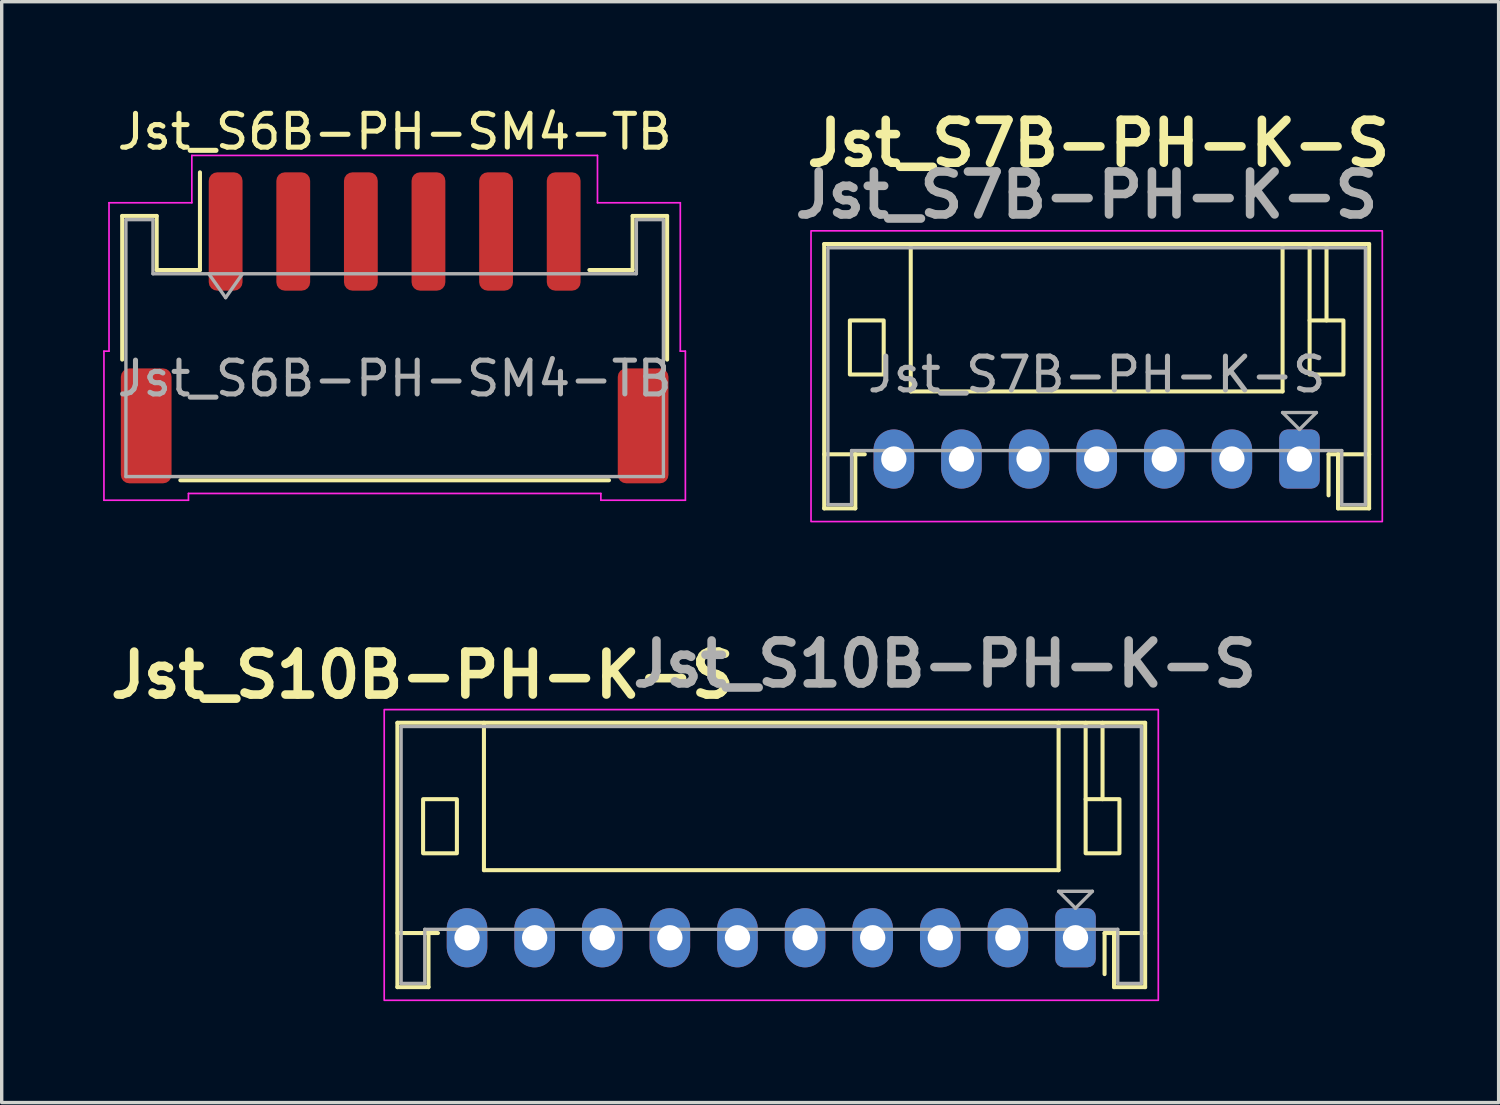
<source format=kicad_pcb>
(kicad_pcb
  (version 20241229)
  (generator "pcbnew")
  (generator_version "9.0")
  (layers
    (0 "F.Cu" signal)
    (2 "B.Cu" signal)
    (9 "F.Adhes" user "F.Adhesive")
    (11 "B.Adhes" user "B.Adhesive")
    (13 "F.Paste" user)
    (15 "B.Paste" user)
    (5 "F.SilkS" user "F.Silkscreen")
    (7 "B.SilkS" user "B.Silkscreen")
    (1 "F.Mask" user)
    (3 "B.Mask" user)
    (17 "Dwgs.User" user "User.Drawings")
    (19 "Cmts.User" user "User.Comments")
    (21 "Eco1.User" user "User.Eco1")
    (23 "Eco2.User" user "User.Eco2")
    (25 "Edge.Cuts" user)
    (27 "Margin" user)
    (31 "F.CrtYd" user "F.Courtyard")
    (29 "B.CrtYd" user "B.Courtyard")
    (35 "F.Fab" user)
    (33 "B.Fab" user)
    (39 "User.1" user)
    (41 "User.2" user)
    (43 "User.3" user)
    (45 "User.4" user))
  (footprint "Jst_S6B-PH-SM4-TB"
    (layer "F.Cu")
    (at 8.625 6.648)
    (property "Reference" "Jst_S6B-PH-SM4-TB" (at 0 -5.8 0) (layer "F.SilkS") (effects (font (size 1 1) (thickness 0.15))))
    (attr smd)
    (fp_line (start -8.06 -3.31) (end -7.04 -3.31) (stroke (width 0.12) (type solid)) (layer "F.SilkS"))
    (fp_line (start -8.06 0.94) (end -8.06 -3.31) (stroke (width 0.12) (type solid)) (layer "F.SilkS"))
    (fp_line (start -7.04 -3.31) (end -7.04 -1.71) (stroke (width 0.12) (type solid)) (layer "F.SilkS"))
    (fp_line (start -7.04 -1.71) (end -5.76 -1.71) (stroke (width 0.12) (type solid)) (layer "F.SilkS"))
    (fp_line (start -6.34 4.51) (end 6.34 4.51) (stroke (width 0.12) (type solid)) (layer "F.SilkS"))
    (fp_line (start -5.76 -1.71) (end -5.76 -4.6) (stroke (width 0.12) (type solid)) (layer "F.SilkS"))
    (fp_line (start 7.04 -3.31) (end 7.04 -1.71) (stroke (width 0.12) (type solid)) (layer "F.SilkS"))
    (fp_line (start 7.04 -1.71) (end 5.76 -1.71) (stroke (width 0.12) (type solid)) (layer "F.SilkS"))
    (fp_line (start 8.06 -3.31) (end 7.04 -3.31) (stroke (width 0.12) (type solid)) (layer "F.SilkS"))
    (fp_line (start 8.06 0.94) (end 8.06 -3.31) (stroke (width 0.12) (type solid)) (layer "F.SilkS"))
    (fp_line (start -8.6 0.69) (end -8.45 0.69) (stroke (width 0.05) (type solid)) (layer "F.CrtYd"))
    (fp_line (start -8.6 5.1) (end -8.6 0.69) (stroke (width 0.05) (type solid)) (layer "F.CrtYd"))
    (fp_line (start -8.45 -3.7) (end -6 -3.7) (stroke (width 0.05) (type solid)) (layer "F.CrtYd"))
    (fp_line (start -8.45 0.69) (end -8.45 -3.7) (stroke (width 0.05) (type solid)) (layer "F.CrtYd"))
    (fp_line (start -6.1 4.9) (end -6.1 5.1) (stroke (width 0.05) (type solid)) (layer "F.CrtYd"))
    (fp_line (start -6.1 5.1) (end -8.6 5.1) (stroke (width 0.05) (type solid)) (layer "F.CrtYd"))
    (fp_line (start -6 -5.1) (end 6 -5.1) (stroke (width 0.05) (type solid)) (layer "F.CrtYd"))
    (fp_line (start -6 -3.7) (end -6 -5.1) (stroke (width 0.05) (type solid)) (layer "F.CrtYd"))
    (fp_line (start 6 -5.1) (end 6 -3.7) (stroke (width 0.05) (type solid)) (layer "F.CrtYd"))
    (fp_line (start 6 -3.7) (end 8.45 -3.7) (stroke (width 0.05) (type solid)) (layer "F.CrtYd"))
    (fp_line (start 6.1 4.9) (end -6.1 4.9) (stroke (width 0.05) (type solid)) (layer "F.CrtYd"))
    (fp_line (start 6.1 5.1) (end 6.1 4.9) (stroke (width 0.05) (type solid)) (layer "F.CrtYd"))
    (fp_line (start 8.45 -3.7) (end 8.45 0.69) (stroke (width 0.05) (type solid)) (layer "F.CrtYd"))
    (fp_line (start 8.45 0.69) (end 8.6 0.69) (stroke (width 0.05) (type solid)) (layer "F.CrtYd"))
    (fp_line (start 8.6 0.69) (end 8.6 5.1) (stroke (width 0.05) (type solid)) (layer "F.CrtYd"))
    (fp_line (start 8.6 5.1) (end 6.1 5.1) (stroke (width 0.05) (type solid)) (layer "F.CrtYd"))
    (fp_line (start -7.95 -3.2) (end -7.95 4.4) (stroke (width 0.1) (type solid)) (layer "F.Fab"))
    (fp_line (start -7.95 -3.2) (end -7.15 -3.2) (stroke (width 0.1) (type solid)) (layer "F.Fab"))
    (fp_line (start -7.95 4.4) (end 7.95 4.4) (stroke (width 0.1) (type solid)) (layer "F.Fab"))
    (fp_line (start -7.15 -3.2) (end -7.15 -1.6) (stroke (width 0.1) (type solid)) (layer "F.Fab"))
    (fp_line (start -7.15 -1.6) (end 7.15 -1.6) (stroke (width 0.1) (type solid)) (layer "F.Fab"))
    (fp_line (start -5.5 -1.6) (end -5 -0.893) (stroke (width 0.1) (type solid)) (layer "F.Fab"))
    (fp_line (start -5 -0.893) (end -4.5 -1.6) (stroke (width 0.1) (type solid)) (layer "F.Fab"))
    (fp_line (start 7.15 -3.2) (end 7.95 -3.2) (stroke (width 0.1) (type solid)) (layer "F.Fab"))
    (fp_line (start 7.15 -1.6) (end 7.15 -3.2) (stroke (width 0.1) (type solid)) (layer "F.Fab"))
    (fp_line (start 7.95 -3.2) (end 7.95 4.4) (stroke (width 0.1) (type solid)) (layer "F.Fab"))
    (fp_text user "${REFERENCE}" (at 0 1.5 0) (layer "F.Fab") (effects (font (size 1 1) (thickness 0.15))))
    (pad "1" smd roundrect (at -5 -2.85) (size 1 3.5) (layers "F.Cu" "F.Mask" "F.Paste") (roundrect_rratio 0.25))
    (pad "2" smd roundrect (at -3 -2.85) (size 1 3.5) (layers "F.Cu" "F.Mask" "F.Paste") (roundrect_rratio 0.25))
    (pad "3" smd roundrect (at -1 -2.85) (size 1 3.5) (layers "F.Cu" "F.Mask" "F.Paste") (roundrect_rratio 0.25))
    (pad "4" smd roundrect (at 1 -2.85) (size 1 3.5) (layers "F.Cu" "F.Mask" "F.Paste") (roundrect_rratio 0.25))
    (pad "5" smd roundrect (at 3 -2.85) (size 1 3.5) (layers "F.Cu" "F.Mask" "F.Paste") (roundrect_rratio 0.25))
    (pad "6" smd roundrect (at 5 -2.85) (size 1 3.5) (layers "F.Cu" "F.Mask" "F.Paste") (roundrect_rratio 0.25))
    (pad "MP" smd roundrect (at -7.35 2.9) (size 1.5 3.4) (layers "F.Cu" "F.Mask" "F.Paste") (roundrect_rratio 0.167))
    (pad "MP" smd roundrect (at 7.35 2.9) (size 1.5 3.4) (layers "F.Cu" "F.Mask" "F.Paste") (roundrect_rratio 0.167)))
  (footprint "Jst_S7B-PH-K-S"
    (layer "F.Cu")
    (at 35.392 10.529)
    (property "Reference" "Jst_S7B-PH-K-S" (at -5.95 -9.34 0) (layer "F.SilkS") (effects (font (size 1.27 1.27) (thickness 0.254))))
    (attr through_hole)
    (fp_line (start -14.06 -6.36) (end -14.06 1.46) (stroke (width 0.12) (type solid)) (layer "F.SilkS"))
    (fp_line (start -14.06 -0.14) (end -13.14 -0.14) (stroke (width 0.12) (type solid)) (layer "F.SilkS"))
    (fp_line (start -14.06 1.46) (end -13.14 1.46) (stroke (width 0.12) (type solid)) (layer "F.SilkS"))
    (fp_line (start -13.14 -0.14) (end -12.86 -0.14) (stroke (width 0.12) (type solid)) (layer "F.SilkS"))
    (fp_line (start -13.14 1.46) (end -13.14 -0.14) (stroke (width 0.12) (type solid)) (layer "F.SilkS"))
    (fp_line (start -11.5 -2) (end -11.5 -6.36) (stroke (width 0.12) (type solid)) (layer "F.SilkS"))
    (fp_line (start -0.5 -6.36) (end -0.5 -2) (stroke (width 0.12) (type solid)) (layer "F.SilkS"))
    (fp_line (start -0.5 -2) (end -11.5 -2) (stroke (width 0.12) (type solid)) (layer "F.SilkS"))
    (fp_line (start 0.3 -4.1) (end 0.3 -6.36) (stroke (width 0.12) (type solid)) (layer "F.SilkS"))
    (fp_line (start 0.8 -4.1) (end 0.8 -6.36) (stroke (width 0.12) (type solid)) (layer "F.SilkS"))
    (fp_line (start 0.86 -0.14) (end 0.86 1.075) (stroke (width 0.12) (type solid)) (layer "F.SilkS"))
    (fp_line (start 0.86 -0.14) (end 1.14 -0.14) (stroke (width 0.12) (type solid)) (layer "F.SilkS"))
    (fp_line (start 1.14 -0.14) (end 1.14 1.46) (stroke (width 0.12) (type solid)) (layer "F.SilkS"))
    (fp_line (start 1.14 1.46) (end 2.06 1.46) (stroke (width 0.12) (type solid)) (layer "F.SilkS"))
    (fp_line (start 2.06 -6.36) (end -14.06 -6.36) (stroke (width 0.12) (type solid)) (layer "F.SilkS"))
    (fp_line (start 2.06 -0.14) (end 1.14 -0.14) (stroke (width 0.12) (type solid)) (layer "F.SilkS"))
    (fp_line (start 2.06 1.46) (end 2.06 -6.36) (stroke (width 0.12) (type solid)) (layer "F.SilkS"))
    (fp_rect (start -13.3 -4.1) (end -12.3 -2.5) (stroke (width 0.12) (type solid)) (fill no) (layer "F.SilkS"))
    (fp_rect (start 0.3 -4.1) (end 1.3 -2.5) (stroke (width 0.12) (type solid)) (fill no) (layer "F.SilkS"))
    (fp_rect (start -14.45 -6.75) (end 2.45 1.85) (stroke (width 0.05) (type solid)) (fill no) (layer "F.CrtYd"))
    (fp_line (start -13.95 -6.25) (end -13.95 1.35) (stroke (width 0.1) (type solid)) (layer "F.Fab"))
    (fp_line (start -13.95 1.35) (end -13.25 1.35) (stroke (width 0.1) (type solid)) (layer "F.Fab"))
    (fp_line (start -13.25 -0.25) (end 1.25 -0.25) (stroke (width 0.1) (type solid)) (layer "F.Fab"))
    (fp_line (start -13.25 1.35) (end -13.25 -0.25) (stroke (width 0.1) (type solid)) (layer "F.Fab"))
    (fp_line (start -0.5 -1.375) (end 0 -0.875) (stroke (width 0.1) (type solid)) (layer "F.Fab"))
    (fp_line (start 0 -0.875) (end 0.5 -1.375) (stroke (width 0.1) (type solid)) (layer "F.Fab"))
    (fp_line (start 0.5 -1.375) (end -0.5 -1.375) (stroke (width 0.1) (type solid)) (layer "F.Fab"))
    (fp_line (start 1.25 -0.25) (end 1.25 1.35) (stroke (width 0.1) (type solid)) (layer "F.Fab"))
    (fp_line (start 1.25 1.35) (end 1.95 1.35) (stroke (width 0.1) (type solid)) (layer "F.Fab"))
    (fp_line (start 1.95 -6.25) (end -13.95 -6.25) (stroke (width 0.1) (type solid)) (layer "F.Fab"))
    (fp_line (start 1.95 1.35) (end 1.95 -6.25) (stroke (width 0.1) (type solid)) (layer "F.Fab"))
    (fp_text user "${REFERENCE}" (at -6 -2.5 180) (layer "F.Fab") (effects (font (size 1 1) (thickness 0.15))))
    (fp_text user "${REFERENCE}" (at -6.3 -7.81 0) (layer "F.Fab") (effects (font (size 1.27 1.27) (thickness 0.254))))
    (pad "1" thru_hole roundrect (at 0 0 180) (size 1.2 1.75) (drill 0.75) (layers "*.Cu" "*.Mask") (roundrect_rratio 0.208))
    (pad "2" thru_hole oval (at -2 0 180) (size 1.2 1.75) (drill 0.75) (layers "*.Cu" "*.Mask"))
    (pad "3" thru_hole oval (at -4 0 180) (size 1.2 1.75) (drill 0.75) (layers "*.Cu" "*.Mask"))
    (pad "4" thru_hole oval (at -6 0 180) (size 1.2 1.75) (drill 0.75) (layers "*.Cu" "*.Mask"))
    (pad "5" thru_hole oval (at -8 0 180) (size 1.2 1.75) (drill 0.75) (layers "*.Cu" "*.Mask"))
    (pad "6" thru_hole oval (at -10 0 180) (size 1.2 1.75) (drill 0.75) (layers "*.Cu" "*.Mask"))
    (pad "7" thru_hole oval (at -12 0 180) (size 1.2 1.75) (drill 0.75) (layers "*.Cu" "*.Mask")))
  (footprint "Jst_S10B-PH-K-S"
    (layer "F.Cu")
    (at 19.626 24.412)
    (property "Reference" "Jst_S10B-PH-K-S" (at -10.18 -7.49 0) (layer "F.SilkS") (effects (font (size 1.27 1.27) (thickness 0.254))))
    (attr through_hole)
    (fp_line (start -10.92 -6.08) (end -10.92 1.74) (stroke (width 0.12) (type solid)) (layer "F.SilkS"))
    (fp_line (start -10.92 0.14) (end -10 0.14) (stroke (width 0.12) (type solid)) (layer "F.SilkS"))
    (fp_line (start -10.92 1.74) (end -10 1.74) (stroke (width 0.12) (type solid)) (layer "F.SilkS"))
    (fp_line (start -10 0.14) (end -9.72 0.14) (stroke (width 0.12) (type solid)) (layer "F.SilkS"))
    (fp_line (start -10 1.74) (end -10 0.14) (stroke (width 0.12) (type solid)) (layer "F.SilkS"))
    (fp_line (start -8.36 -1.72) (end -8.36 -6.08) (stroke (width 0.12) (type solid)) (layer "F.SilkS"))
    (fp_line (start 8.64 -6.08) (end 8.64 -1.72) (stroke (width 0.12) (type solid)) (layer "F.SilkS"))
    (fp_line (start 8.64 -1.72) (end -8.36 -1.72) (stroke (width 0.12) (type solid)) (layer "F.SilkS"))
    (fp_line (start 9.44 -3.82) (end 9.44 -6.08) (stroke (width 0.12) (type solid)) (layer "F.SilkS"))
    (fp_line (start 9.94 -3.82) (end 9.94 -6.08) (stroke (width 0.12) (type solid)) (layer "F.SilkS"))
    (fp_line (start 10 0.14) (end 10 1.355) (stroke (width 0.12) (type solid)) (layer "F.SilkS"))
    (fp_line (start 10 0.14) (end 10.28 0.14) (stroke (width 0.12) (type solid)) (layer "F.SilkS"))
    (fp_line (start 10.28 0.14) (end 10.28 1.74) (stroke (width 0.12) (type solid)) (layer "F.SilkS"))
    (fp_line (start 10.28 1.74) (end 11.2 1.74) (stroke (width 0.12) (type solid)) (layer "F.SilkS"))
    (fp_line (start 11.2 -6.08) (end -10.92 -6.08) (stroke (width 0.12) (type solid)) (layer "F.SilkS"))
    (fp_line (start 11.2 0.14) (end 10.28 0.14) (stroke (width 0.12) (type solid)) (layer "F.SilkS"))
    (fp_line (start 11.2 1.74) (end 11.2 -6.08) (stroke (width 0.12) (type solid)) (layer "F.SilkS"))
    (fp_rect (start -10.16 -3.82) (end -9.16 -2.22) (stroke (width 0.12) (type solid)) (fill no) (layer "F.SilkS"))
    (fp_rect (start 9.44 -3.82) (end 10.44 -2.22) (stroke (width 0.12) (type solid)) (fill no) (layer "F.SilkS"))
    (fp_rect (start -11.31 -6.47) (end 11.59 2.13) (stroke (width 0.05) (type solid)) (fill no) (layer "F.CrtYd"))
    (fp_line (start -10.81 -5.97) (end -10.81 1.63) (stroke (width 0.1) (type solid)) (layer "F.Fab"))
    (fp_line (start -10.81 1.63) (end -10.11 1.63) (stroke (width 0.1) (type solid)) (layer "F.Fab"))
    (fp_line (start -10.11 0.03) (end 10.39 0.03) (stroke (width 0.1) (type solid)) (layer "F.Fab"))
    (fp_line (start -10.11 1.63) (end -10.11 0.03) (stroke (width 0.1) (type solid)) (layer "F.Fab"))
    (fp_line (start 8.64 -1.095) (end 9.14 -0.595) (stroke (width 0.1) (type solid)) (layer "F.Fab"))
    (fp_line (start 9.14 -0.595) (end 9.64 -1.095) (stroke (width 0.1) (type solid)) (layer "F.Fab"))
    (fp_line (start 9.64 -1.095) (end 8.64 -1.095) (stroke (width 0.1) (type solid)) (layer "F.Fab"))
    (fp_line (start 10.39 0.03) (end 10.39 1.63) (stroke (width 0.1) (type solid)) (layer "F.Fab"))
    (fp_line (start 10.39 1.63) (end 11.09 1.63) (stroke (width 0.1) (type solid)) (layer "F.Fab"))
    (fp_line (start 11.09 -5.97) (end -10.81 -5.97) (stroke (width 0.1) (type solid)) (layer "F.Fab"))
    (fp_line (start 11.09 1.63) (end 11.09 -5.97) (stroke (width 0.1) (type solid)) (layer "F.Fab"))
    (fp_text user "${REFERENCE}" (at 5.27 -7.82 0) (layer "F.Fab") (effects (font (size 1.27 1.27) (thickness 0.254))))
    (pad "1" thru_hole roundrect (at 9.14 0.28 180) (size 1.2 1.75) (drill 0.75) (layers "*.Cu" "*.Mask") (roundrect_rratio 0.208))
    (pad "2" thru_hole oval (at 7.14 0.28 180) (size 1.2 1.75) (drill 0.75) (layers "*.Cu" "*.Mask"))
    (pad "3" thru_hole oval (at 5.14 0.28 180) (size 1.2 1.75) (drill 0.75) (layers "*.Cu" "*.Mask"))
    (pad "4" thru_hole oval (at 3.14 0.28 180) (size 1.2 1.75) (drill 0.75) (layers "*.Cu" "*.Mask"))
    (pad "5" thru_hole oval (at 1.14 0.28 180) (size 1.2 1.75) (drill 0.75) (layers "*.Cu" "*.Mask"))
    (pad "6" thru_hole oval (at -0.86 0.28 180) (size 1.2 1.75) (drill 0.75) (layers "*.Cu" "*.Mask"))
    (pad "7" thru_hole oval (at -2.86 0.28 180) (size 1.2 1.75) (drill 0.75) (layers "*.Cu" "*.Mask"))
    (pad "8" thru_hole oval (at -4.86 0.28 180) (size 1.2 1.75) (drill 0.75) (layers "*.Cu" "*.Mask"))
    (pad "9" thru_hole oval (at -6.86 0.28 180) (size 1.2 1.75) (drill 0.75) (layers "*.Cu" "*.Mask"))
    (pad "10" thru_hole oval (at -8.86 0.28 180) (size 1.2 1.75) (drill 0.75) (layers "*.Cu" "*.Mask")))
  (gr_rect
    (start -3 -3)
    (end 41.283 29.567)
    (stroke (width 0.1) (type default))
    (fill no)
    (layer "Edge.Cuts")))
</source>
